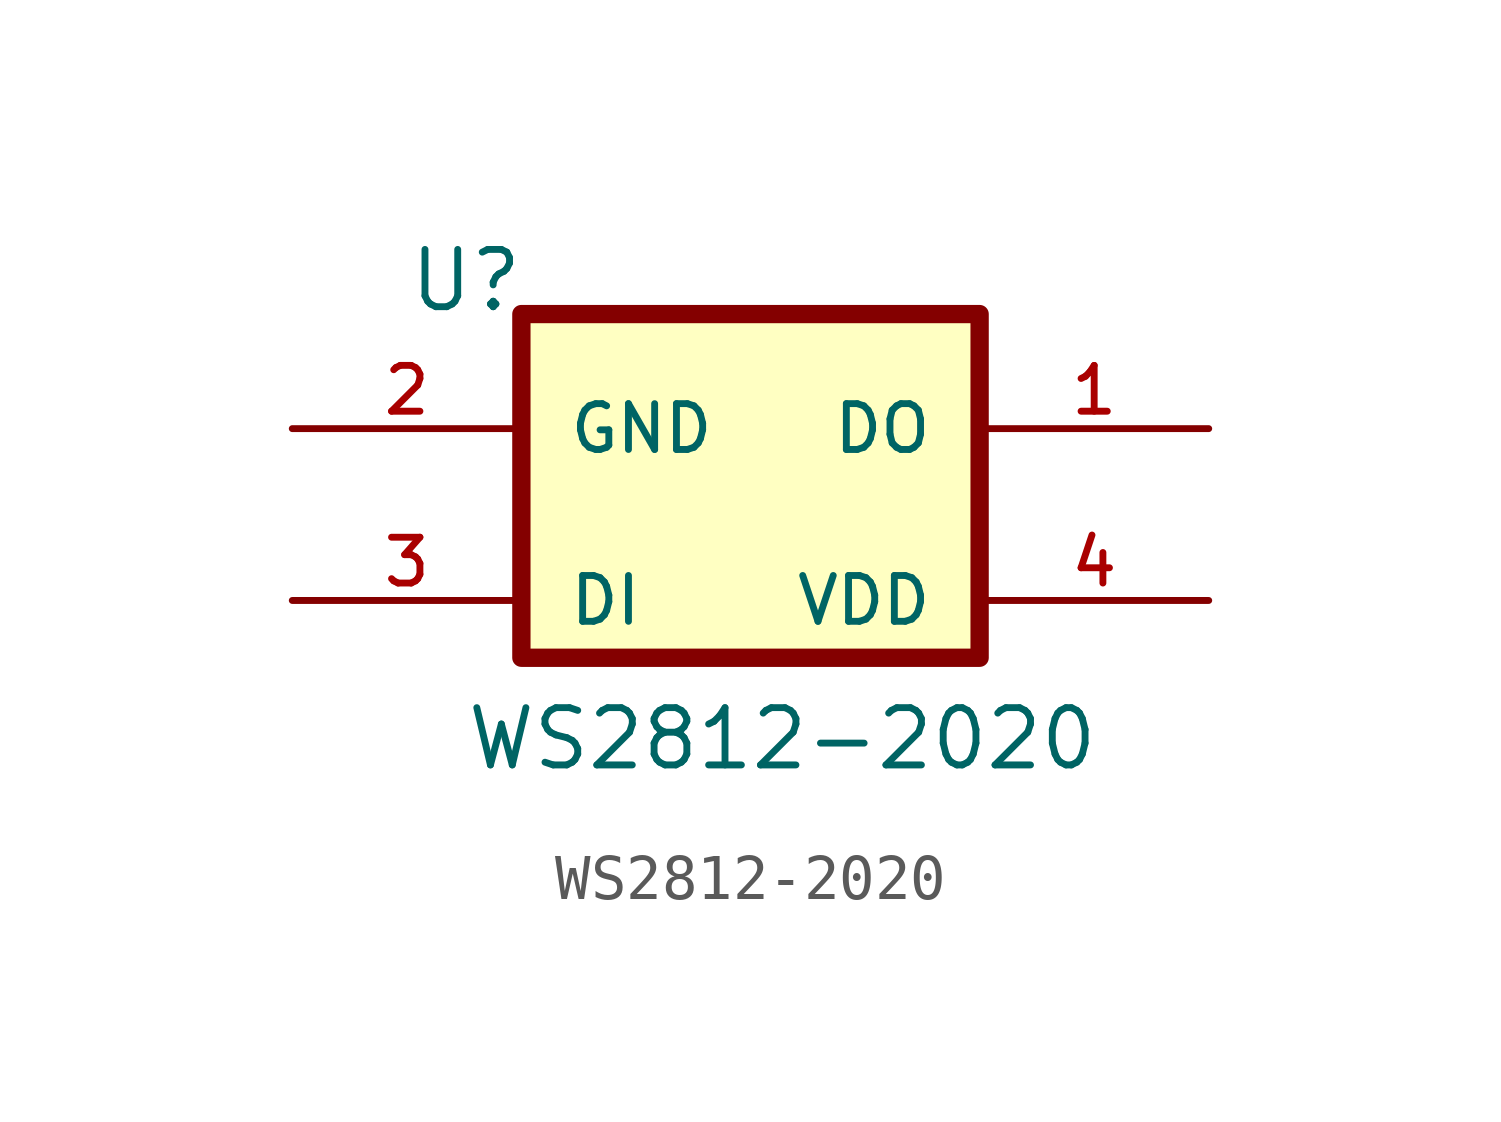
<source format=kicad_sym>
(kicad_symbol_lib
  (version 20211014)
  (generator kicad_symbol_editor)
  (symbol "WS2812-2020"
    (pin_names
      (offset 1.016))
    (property "Reference" "U"
      (at -7.62 3.81 0)
      (effects (font (size 1.27 1.27)) (justify left bottom)))
    (property "Value" "WS2812-2020"
      (at -6.35 -6.35 0)
      (effects (font (size 1.27 1.27)) (justify left bottom)))
    (symbol "WS2812-2020_0_0"
      (rectangle (start -5.08 3.81) (end 5.08 -3.81) (stroke (width 0.406) (type default) (color 0 0 0 0)) (fill (type background)))
      (pin output line (at 10.16 1.27 180) (length 5.08) (name "DO" (effects (font (size 1.016 1.016)))) (number "1" (effects (font (size 1.016 1.016)))))
      (pin power_in line (at -10.16 1.27 0) (length 5.08) (name "GND" (effects (font (size 1.016 1.016)))) (number "2" (effects (font (size 1.016 1.016)))))
      (pin input line (at -10.16 -2.54 0) (length 5.08) (name "DI" (effects (font (size 1.016 1.016)))) (number "3" (effects (font (size 1.016 1.016)))))
      (pin power_in line (at 10.16 -2.54 180) (length 5.08) (name "VDD" (effects (font (size 1.016 1.016)))) (number "4" (effects (font (size 1.016 1.016))))))))
</source>
